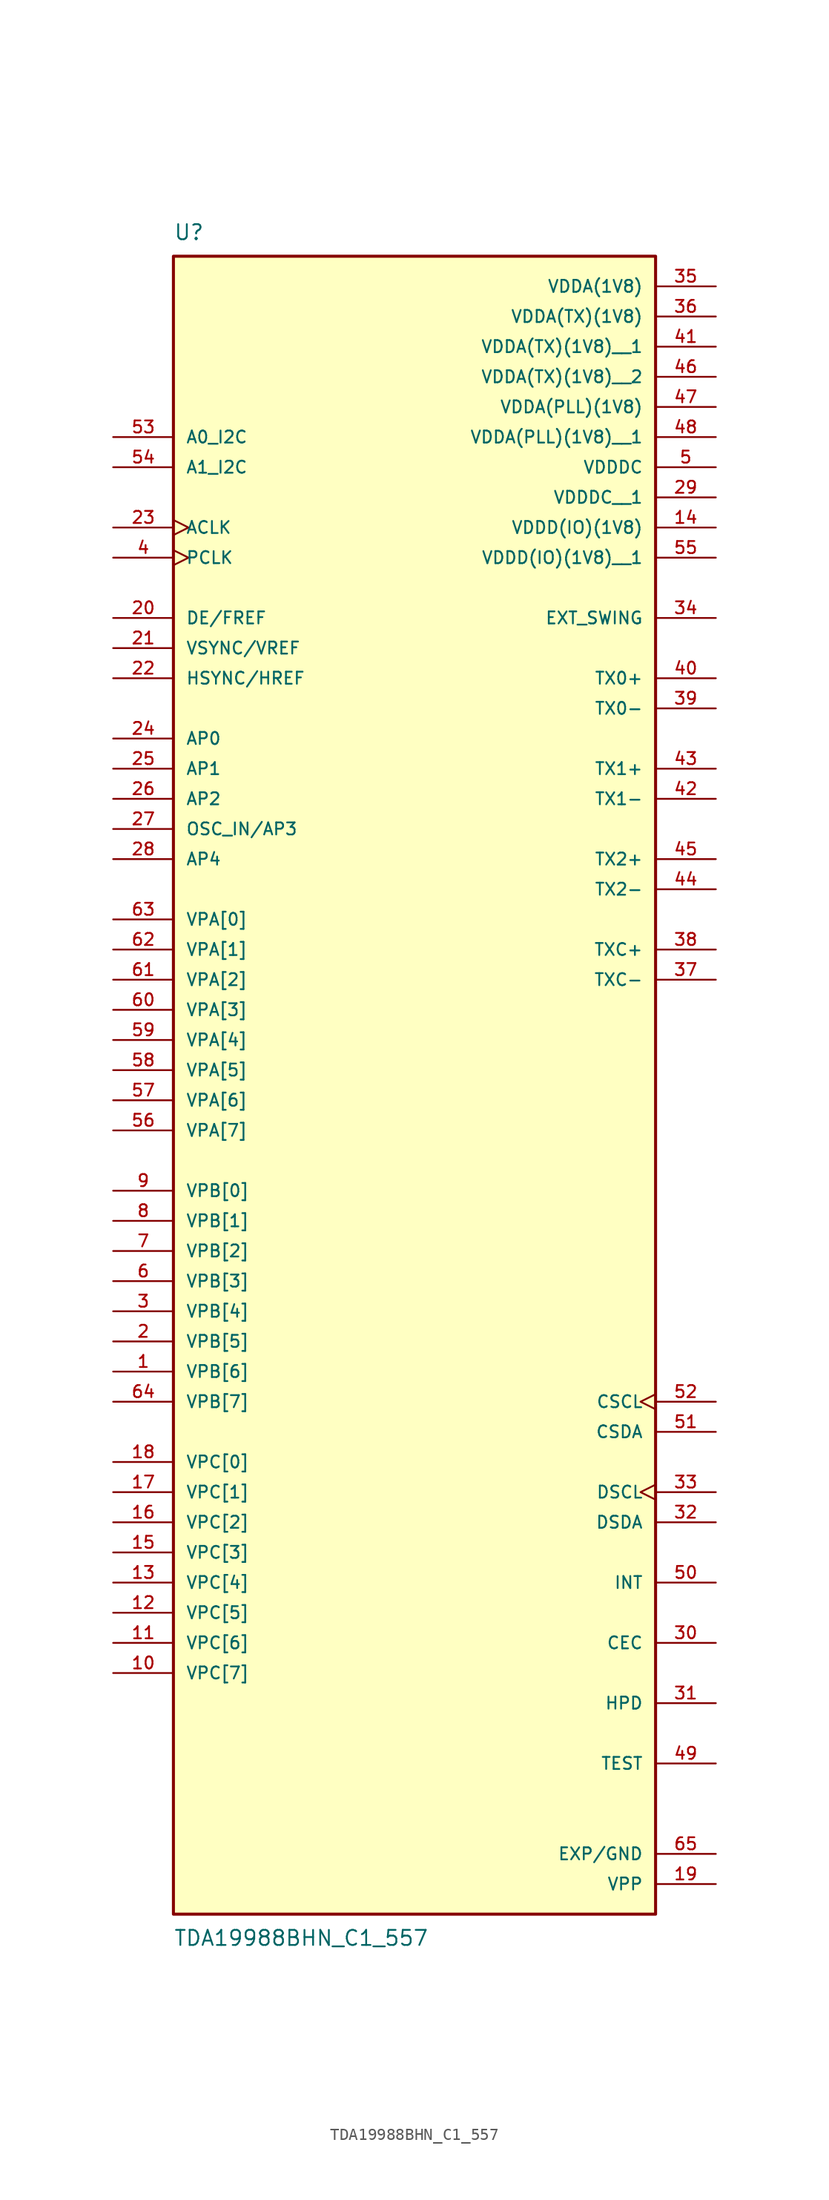
<source format=kicad_sym>
(kicad_symbol_lib
  (version 20211014)
  (generator kicad_symbol_editor)
  (symbol "TDA19988BHN_C1_557"
    (pin_names
      (offset 1.016))
    (property "Reference" "U"
      (at -20.32 64.77 0)
      (effects (font (size 1.27 1.27)) (justify bottom left)))
    (property "Value" "TDA19988BHN_C1_557"
      (at -20.32 -77.47 0.0)
      (effects (font (size 1.27 1.27)) (justify top left)))
    (symbol "TDA19988BHN_C1_557_0_0"
      (rectangle (start -20.32 -76.2) (end 20.32 63.5) (stroke (width 0.254)) (fill (type background)))
      (pin input line (at -25.4 -30.48 0) (length 5.08) (name "VPB[6]" (effects (font (size 1.016 1.016)))) (number "1" (effects (font (size 1.016 1.016)))))
      (pin input line (at -25.4 -27.94 0) (length 5.08) (name "VPB[5]" (effects (font (size 1.016 1.016)))) (number "2" (effects (font (size 1.016 1.016)))))
      (pin input line (at -25.4 -25.4 0) (length 5.08) (name "VPB[4]" (effects (font (size 1.016 1.016)))) (number "3" (effects (font (size 1.016 1.016)))))
      (pin input clock (at -25.4 38.1 0) (length 5.08) (name "PCLK" (effects (font (size 1.016 1.016)))) (number "4" (effects (font (size 1.016 1.016)))))
      (pin power_in line (at 25.4 45.72 180.0) (length 5.08) (name "VDDDC" (effects (font (size 1.016 1.016)))) (number "5" (effects (font (size 1.016 1.016)))))
      (pin input line (at -25.4 -22.86 0) (length 5.08) (name "VPB[3]" (effects (font (size 1.016 1.016)))) (number "6" (effects (font (size 1.016 1.016)))))
      (pin input line (at -25.4 -20.32 0) (length 5.08) (name "VPB[2]" (effects (font (size 1.016 1.016)))) (number "7" (effects (font (size 1.016 1.016)))))
      (pin input line (at -25.4 -17.78 0) (length 5.08) (name "VPB[1]" (effects (font (size 1.016 1.016)))) (number "8" (effects (font (size 1.016 1.016)))))
      (pin input line (at -25.4 -15.24 0) (length 5.08) (name "VPB[0]" (effects (font (size 1.016 1.016)))) (number "9" (effects (font (size 1.016 1.016)))))
      (pin input line (at -25.4 -55.88 0) (length 5.08) (name "VPC[7]" (effects (font (size 1.016 1.016)))) (number "10" (effects (font (size 1.016 1.016)))))
      (pin input line (at -25.4 -53.34 0) (length 5.08) (name "VPC[6]" (effects (font (size 1.016 1.016)))) (number "11" (effects (font (size 1.016 1.016)))))
      (pin input line (at -25.4 -50.8 0) (length 5.08) (name "VPC[5]" (effects (font (size 1.016 1.016)))) (number "12" (effects (font (size 1.016 1.016)))))
      (pin input line (at -25.4 -48.26 0) (length 5.08) (name "VPC[4]" (effects (font (size 1.016 1.016)))) (number "13" (effects (font (size 1.016 1.016)))))
      (pin power_in line (at 25.4 40.64 180.0) (length 5.08) (name "VDDD(IO)(1V8)" (effects (font (size 1.016 1.016)))) (number "14" (effects (font (size 1.016 1.016)))))
      (pin input line (at -25.4 -45.72 0) (length 5.08) (name "VPC[3]" (effects (font (size 1.016 1.016)))) (number "15" (effects (font (size 1.016 1.016)))))
      (pin input line (at -25.4 -43.18 0) (length 5.08) (name "VPC[2]" (effects (font (size 1.016 1.016)))) (number "16" (effects (font (size 1.016 1.016)))))
      (pin input line (at -25.4 -40.64 0) (length 5.08) (name "VPC[1]" (effects (font (size 1.016 1.016)))) (number "17" (effects (font (size 1.016 1.016)))))
      (pin input line (at -25.4 -38.1 0) (length 5.08) (name "VPC[0]" (effects (font (size 1.016 1.016)))) (number "18" (effects (font (size 1.016 1.016)))))
      (pin power_in line (at 25.4 -73.66 180.0) (length 5.08) (name "VPP" (effects (font (size 1.016 1.016)))) (number "19" (effects (font (size 1.016 1.016)))))
      (pin input line (at -25.4 33.02 0) (length 5.08) (name "DE/FREF" (effects (font (size 1.016 1.016)))) (number "20" (effects (font (size 1.016 1.016)))))
      (pin input line (at -25.4 30.48 0) (length 5.08) (name "VSYNC/VREF" (effects (font (size 1.016 1.016)))) (number "21" (effects (font (size 1.016 1.016)))))
      (pin input line (at -25.4 27.94 0) (length 5.08) (name "HSYNC/HREF" (effects (font (size 1.016 1.016)))) (number "22" (effects (font (size 1.016 1.016)))))
      (pin input clock (at -25.4 40.64 0) (length 5.08) (name "ACLK" (effects (font (size 1.016 1.016)))) (number "23" (effects (font (size 1.016 1.016)))))
      (pin input line (at -25.4 22.86 0) (length 5.08) (name "AP0" (effects (font (size 1.016 1.016)))) (number "24" (effects (font (size 1.016 1.016)))))
      (pin input line (at -25.4 20.32 0) (length 5.08) (name "AP1" (effects (font (size 1.016 1.016)))) (number "25" (effects (font (size 1.016 1.016)))))
      (pin input line (at -25.4 17.78 0) (length 5.08) (name "AP2" (effects (font (size 1.016 1.016)))) (number "26" (effects (font (size 1.016 1.016)))))
      (pin input line (at -25.4 15.24 0) (length 5.08) (name "OSC_IN/AP3" (effects (font (size 1.016 1.016)))) (number "27" (effects (font (size 1.016 1.016)))))
      (pin input line (at -25.4 12.7 0) (length 5.08) (name "AP4" (effects (font (size 1.016 1.016)))) (number "28" (effects (font (size 1.016 1.016)))))
      (pin bidirectional line (at 25.4 -53.34 180.0) (length 5.08) (name "CEC" (effects (font (size 1.016 1.016)))) (number "30" (effects (font (size 1.016 1.016)))))
      (pin bidirectional line (at 25.4 -58.42 180.0) (length 5.08) (name "HPD" (effects (font (size 1.016 1.016)))) (number "31" (effects (font (size 1.016 1.016)))))
      (pin bidirectional line (at 25.4 -43.18 180.0) (length 5.08) (name "DSDA" (effects (font (size 1.016 1.016)))) (number "32" (effects (font (size 1.016 1.016)))))
      (pin input clock (at 25.4 -40.64 180.0) (length 5.08) (name "DSCL" (effects (font (size 1.016 1.016)))) (number "33" (effects (font (size 1.016 1.016)))))
      (pin output line (at 25.4 33.02 180.0) (length 5.08) (name "EXT_SWING" (effects (font (size 1.016 1.016)))) (number "34" (effects (font (size 1.016 1.016)))))
      (pin power_in line (at 25.4 60.96 180.0) (length 5.08) (name "VDDA(1V8)" (effects (font (size 1.016 1.016)))) (number "35" (effects (font (size 1.016 1.016)))))
      (pin power_in line (at 25.4 58.42 180.0) (length 5.08) (name "VDDA(TX)(1V8)" (effects (font (size 1.016 1.016)))) (number "36" (effects (font (size 1.016 1.016)))))
      (pin output line (at 25.4 2.54 180.0) (length 5.08) (name "TXC-" (effects (font (size 1.016 1.016)))) (number "37" (effects (font (size 1.016 1.016)))))
      (pin output line (at 25.4 5.08 180.0) (length 5.08) (name "TXC+" (effects (font (size 1.016 1.016)))) (number "38" (effects (font (size 1.016 1.016)))))
      (pin output line (at 25.4 25.4 180.0) (length 5.08) (name "TX0-" (effects (font (size 1.016 1.016)))) (number "39" (effects (font (size 1.016 1.016)))))
      (pin output line (at 25.4 27.94 180.0) (length 5.08) (name "TX0+" (effects (font (size 1.016 1.016)))) (number "40" (effects (font (size 1.016 1.016)))))
      (pin output line (at 25.4 17.78 180.0) (length 5.08) (name "TX1-" (effects (font (size 1.016 1.016)))) (number "42" (effects (font (size 1.016 1.016)))))
      (pin output line (at 25.4 20.32 180.0) (length 5.08) (name "TX1+" (effects (font (size 1.016 1.016)))) (number "43" (effects (font (size 1.016 1.016)))))
      (pin output line (at 25.4 10.16 180.0) (length 5.08) (name "TX2-" (effects (font (size 1.016 1.016)))) (number "44" (effects (font (size 1.016 1.016)))))
      (pin output line (at 25.4 12.7 180.0) (length 5.08) (name "TX2+" (effects (font (size 1.016 1.016)))) (number "45" (effects (font (size 1.016 1.016)))))
      (pin power_in line (at 25.4 50.8 180.0) (length 5.08) (name "VDDA(PLL)(1V8)" (effects (font (size 1.016 1.016)))) (number "47" (effects (font (size 1.016 1.016)))))
      (pin bidirectional line (at 25.4 -63.5 180.0) (length 5.08) (name "TEST" (effects (font (size 1.016 1.016)))) (number "49" (effects (font (size 1.016 1.016)))))
      (pin bidirectional line (at 25.4 -48.26 180.0) (length 5.08) (name "INT" (effects (font (size 1.016 1.016)))) (number "50" (effects (font (size 1.016 1.016)))))
      (pin bidirectional line (at 25.4 -35.56 180.0) (length 5.08) (name "CSDA" (effects (font (size 1.016 1.016)))) (number "51" (effects (font (size 1.016 1.016)))))
      (pin input clock (at 25.4 -33.02 180.0) (length 5.08) (name "CSCL" (effects (font (size 1.016 1.016)))) (number "52" (effects (font (size 1.016 1.016)))))
      (pin input line (at -25.4 48.26 0) (length 5.08) (name "A0_I2C" (effects (font (size 1.016 1.016)))) (number "53" (effects (font (size 1.016 1.016)))))
      (pin input line (at -25.4 45.72 0) (length 5.08) (name "A1_I2C" (effects (font (size 1.016 1.016)))) (number "54" (effects (font (size 1.016 1.016)))))
      (pin input line (at -25.4 -10.16 0) (length 5.08) (name "VPA[7]" (effects (font (size 1.016 1.016)))) (number "56" (effects (font (size 1.016 1.016)))))
      (pin input line (at -25.4 -7.62 0) (length 5.08) (name "VPA[6]" (effects (font (size 1.016 1.016)))) (number "57" (effects (font (size 1.016 1.016)))))
      (pin input line (at -25.4 -5.08 0) (length 5.08) (name "VPA[5]" (effects (font (size 1.016 1.016)))) (number "58" (effects (font (size 1.016 1.016)))))
      (pin input line (at -25.4 -2.54 0) (length 5.08) (name "VPA[4]" (effects (font (size 1.016 1.016)))) (number "59" (effects (font (size 1.016 1.016)))))
      (pin input line (at -25.4 0.0 0) (length 5.08) (name "VPA[3]" (effects (font (size 1.016 1.016)))) (number "60" (effects (font (size 1.016 1.016)))))
      (pin input line (at -25.4 2.54 0) (length 5.08) (name "VPA[2]" (effects (font (size 1.016 1.016)))) (number "61" (effects (font (size 1.016 1.016)))))
      (pin input line (at -25.4 5.08 0) (length 5.08) (name "VPA[1]" (effects (font (size 1.016 1.016)))) (number "62" (effects (font (size 1.016 1.016)))))
      (pin input line (at -25.4 7.62 0) (length 5.08) (name "VPA[0]" (effects (font (size 1.016 1.016)))) (number "63" (effects (font (size 1.016 1.016)))))
      (pin input line (at -25.4 -33.02 0) (length 5.08) (name "VPB[7]" (effects (font (size 1.016 1.016)))) (number "64" (effects (font (size 1.016 1.016)))))
      (pin power_in line (at 25.4 -71.12 180.0) (length 5.08) (name "EXP/GND" (effects (font (size 1.016 1.016)))) (number "65" (effects (font (size 1.016 1.016)))))
      (pin power_in line (at 25.4 55.88 180.0) (length 5.08) (name "VDDA(TX)(1V8)__1" (effects (font (size 1.016 1.016)))) (number "41" (effects (font (size 1.016 1.016)))))
      (pin power_in line (at 25.4 53.34 180.0) (length 5.08) (name "VDDA(TX)(1V8)__2" (effects (font (size 1.016 1.016)))) (number "46" (effects (font (size 1.016 1.016)))))
      (pin power_in line (at 25.4 48.26 180.0) (length 5.08) (name "VDDA(PLL)(1V8)__1" (effects (font (size 1.016 1.016)))) (number "48" (effects (font (size 1.016 1.016)))))
      (pin power_in line (at 25.4 43.18 180.0) (length 5.08) (name "VDDDC__1" (effects (font (size 1.016 1.016)))) (number "29" (effects (font (size 1.016 1.016)))))
      (pin power_in line (at 25.4 38.1 180.0) (length 5.08) (name "VDDD(IO)(1V8)__1" (effects (font (size 1.016 1.016)))) (number "55" (effects (font (size 1.016 1.016))))))))
</source>
